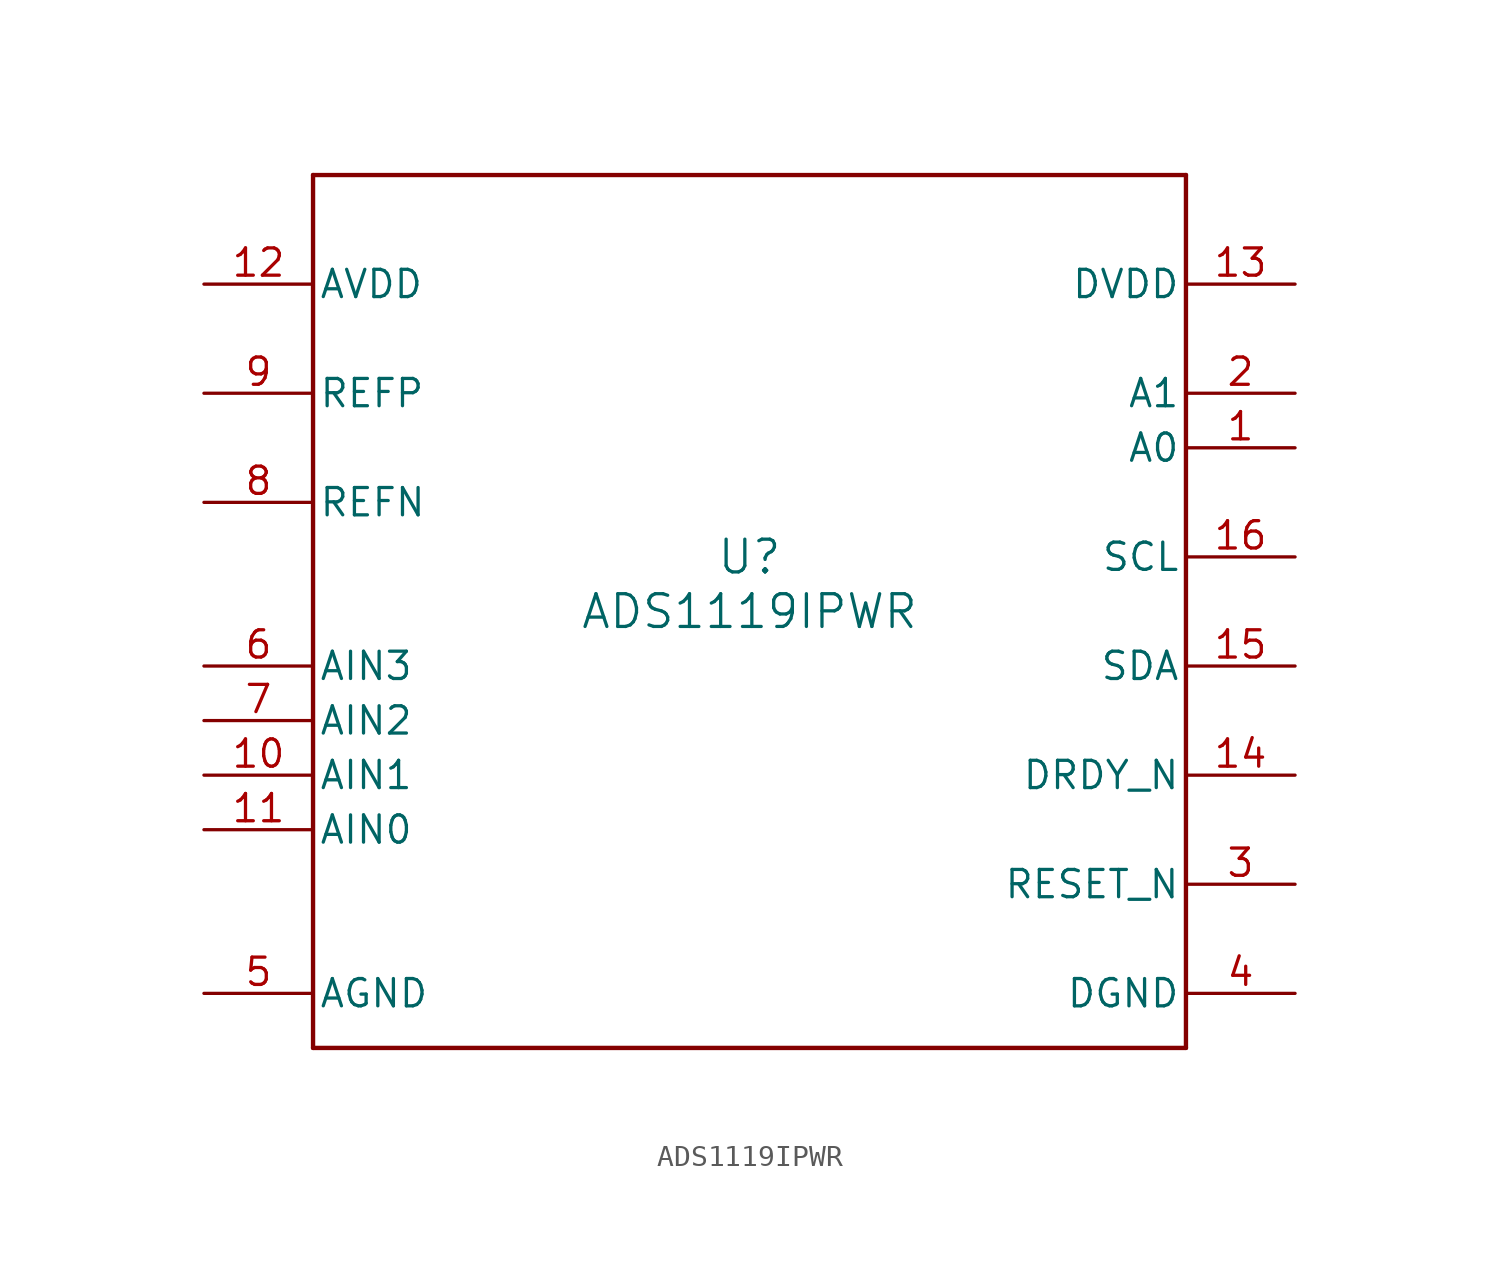
<source format=kicad_sym>
(kicad_symbol_lib
  (version 20211014)
  (generator kicad_symbol_editor)
  (symbol "ADS1119IPWR"
    (pin_names
      (offset 0.254))
    (property "Reference" "U"
      (at 0 2.54 0)
      (effects (font (size 1.524 1.524))))
    (property "Value" "ADS1119IPWR"
      (at 0 0 0)
      (effects (font (size 1.524 1.524))))
    (symbol "ADS1119IPWR_0_1"
      (polyline (pts (xy -20.32 -20.32) (xy 20.32 -20.32)) (stroke (width 0.203) (type default) (color 0 0 0 0)) (fill (type none)))
      (polyline (pts (xy 20.32 -20.32) (xy 20.32 20.32)) (stroke (width 0.203) (type default) (color 0 0 0 0)) (fill (type none)))
      (polyline (pts (xy 20.32 20.32) (xy -20.32 20.32)) (stroke (width 0.203) (type default) (color 0 0 0 0)) (fill (type none)))
      (polyline (pts (xy -20.32 20.32) (xy -20.32 -20.32)) (stroke (width 0.203) (type default) (color 0 0 0 0)) (fill (type none)))
      (pin input line (at 25.4 7.62 180) (length 5.08) (name "A0" (effects (font (size 1.27 1.27)))) (number "1" (effects (font (size 1.27 1.27)))))
      (pin input line (at 25.4 10.16 180) (length 5.08) (name "A1" (effects (font (size 1.27 1.27)))) (number "2" (effects (font (size 1.27 1.27)))))
      (pin input line (at 25.4 -12.7 180) (length 5.08) (name "RESET_N" (effects (font (size 1.27 1.27)))) (number "3" (effects (font (size 1.27 1.27)))))
      (pin power_in line (at 25.4 -17.78 180) (length 5.08) (name "DGND" (effects (font (size 1.27 1.27)))) (number "4" (effects (font (size 1.27 1.27)))))
      (pin power_in line (at -25.4 -17.78 0) (length 5.08) (name "AGND" (effects (font (size 1.27 1.27)))) (number "5" (effects (font (size 1.27 1.27)))))
      (pin input line (at -25.4 -2.54 0) (length 5.08) (name "AIN3" (effects (font (size 1.27 1.27)))) (number "6" (effects (font (size 1.27 1.27)))))
      (pin input line (at -25.4 -5.08 0) (length 5.08) (name "AIN2" (effects (font (size 1.27 1.27)))) (number "7" (effects (font (size 1.27 1.27)))))
      (pin input line (at -25.4 5.08 0) (length 5.08) (name "REFN" (effects (font (size 1.27 1.27)))) (number "8" (effects (font (size 1.27 1.27)))))
      (pin input line (at -25.4 10.16 0) (length 5.08) (name "REFP" (effects (font (size 1.27 1.27)))) (number "9" (effects (font (size 1.27 1.27)))))
      (pin input line (at -25.4 -7.62 0) (length 5.08) (name "AIN1" (effects (font (size 1.27 1.27)))) (number "10" (effects (font (size 1.27 1.27)))))
      (pin input line (at -25.4 -10.16 0) (length 5.08) (name "AIN0" (effects (font (size 1.27 1.27)))) (number "11" (effects (font (size 1.27 1.27)))))
      (pin power_in line (at -25.4 15.24 0) (length 5.08) (name "AVDD" (effects (font (size 1.27 1.27)))) (number "12" (effects (font (size 1.27 1.27)))))
      (pin power_in line (at 25.4 15.24 180) (length 5.08) (name "DVDD" (effects (font (size 1.27 1.27)))) (number "13" (effects (font (size 1.27 1.27)))))
      (pin output line (at 25.4 -7.62 180) (length 5.08) (name "DRDY_N" (effects (font (size 1.27 1.27)))) (number "14" (effects (font (size 1.27 1.27)))))
      (pin bidirectional line (at 25.4 -2.54 180) (length 5.08) (name "SDA" (effects (font (size 1.27 1.27)))) (number "15" (effects (font (size 1.27 1.27)))))
      (pin input line (at 25.4 2.54 180) (length 5.08) (name "SCL" (effects (font (size 1.27 1.27)))) (number "16" (effects (font (size 1.27 1.27))))))))
</source>
